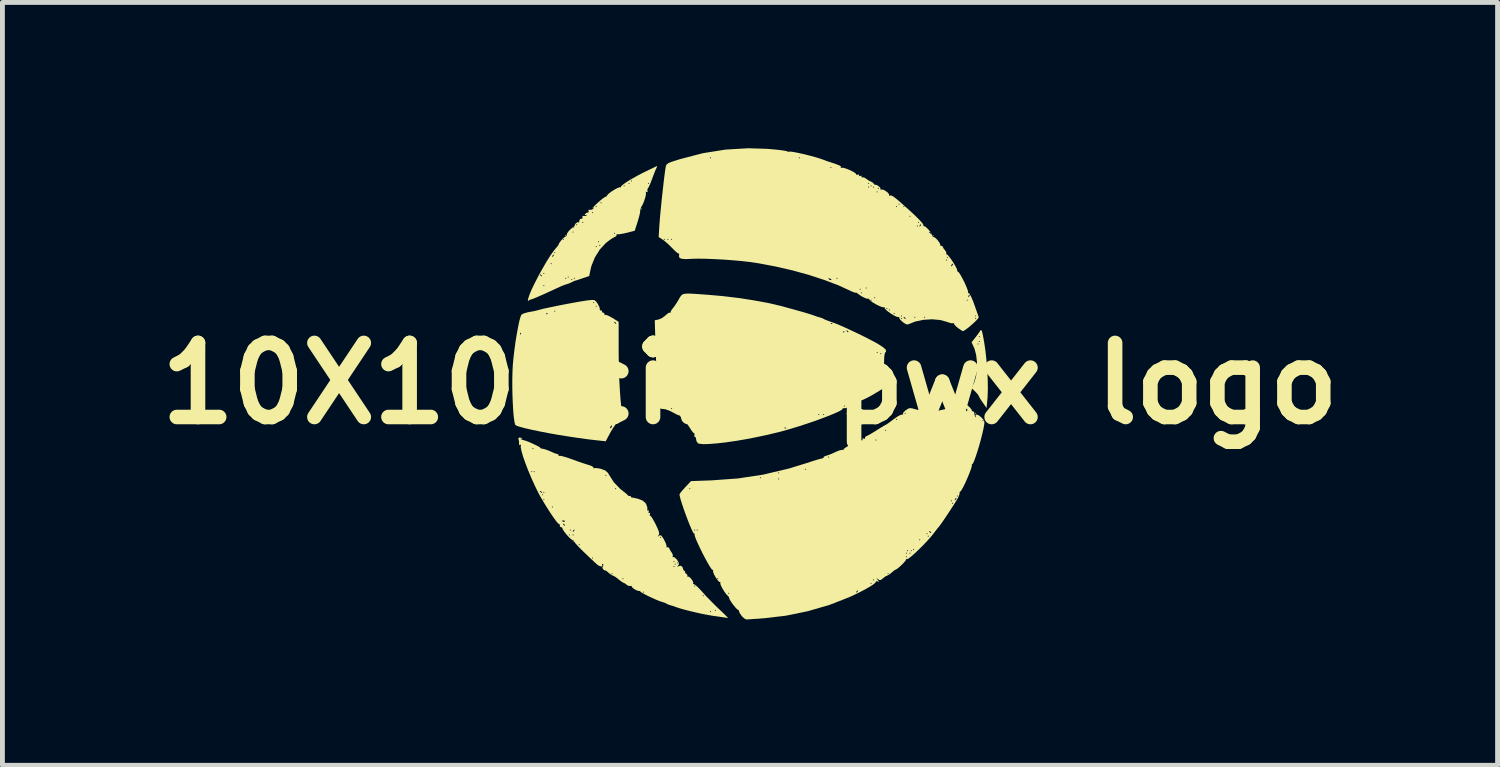
<source format=kicad_pcb>
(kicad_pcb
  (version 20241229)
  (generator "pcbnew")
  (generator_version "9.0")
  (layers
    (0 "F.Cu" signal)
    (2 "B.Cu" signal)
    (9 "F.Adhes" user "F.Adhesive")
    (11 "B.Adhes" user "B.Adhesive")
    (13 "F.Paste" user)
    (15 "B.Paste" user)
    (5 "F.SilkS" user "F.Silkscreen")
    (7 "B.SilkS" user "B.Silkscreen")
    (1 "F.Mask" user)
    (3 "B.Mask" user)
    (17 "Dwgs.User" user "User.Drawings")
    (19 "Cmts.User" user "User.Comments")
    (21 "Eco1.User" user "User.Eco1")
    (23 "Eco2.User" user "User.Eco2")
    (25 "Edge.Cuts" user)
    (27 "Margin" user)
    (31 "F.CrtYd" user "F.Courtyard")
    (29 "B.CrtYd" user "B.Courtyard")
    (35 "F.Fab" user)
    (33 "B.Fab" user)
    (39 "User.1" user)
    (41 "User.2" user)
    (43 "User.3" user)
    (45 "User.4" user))
  (footprint "10X10 circ pwx logo"
    (layer "F.Cu")
    (at 12.381 4.84)
    (property "Reference" "10X10 circ pwx logo" (at 0 0 0) (layer "F.SilkS") (effects (font (size 1.524 1.524) (thickness 0.3))))
    (attr board_only exclude_from_pos_files exclude_from_bom)
    (fp_poly (pts (xy -3.779 -3.04) (xy -3.791 -3.028) (xy -3.804 -3.04) (xy -3.791 -3.053)) (stroke (width 0) (type solid)) (fill yes) (layer "F.SilkS"))
    (fp_poly (pts (xy -3.629 -3.216) (xy -3.641 -3.203) (xy -3.654 -3.216) (xy -3.641 -3.228)) (stroke (width 0) (type solid)) (fill yes) (layer "F.SilkS"))
    (fp_poly (pts (xy -3.629 3.241) (xy -3.641 3.253) (xy -3.654 3.241) (xy -3.641 3.228)) (stroke (width 0) (type solid)) (fill yes) (layer "F.SilkS"))
    (fp_poly (pts (xy -2.227 -3.591) (xy -2.24 -3.579) (xy -2.252 -3.591) (xy -2.24 -3.604)) (stroke (width 0) (type solid)) (fill yes) (layer "F.SilkS"))
    (fp_poly (pts (xy 3.779 -3.04) (xy 3.766 -3.028) (xy 3.754 -3.04) (xy 3.766 -3.053)) (stroke (width 0) (type solid)) (fill yes) (layer "F.SilkS"))
    (fp_poly (pts (xy 4.655 0.613) (xy 4.642 0.626) (xy 4.63 0.613) (xy 4.642 0.601)) (stroke (width 0) (type solid)) (fill yes) (layer "F.SilkS"))
    (fp_poly (pts (xy 4.761 -1.097) (xy 4.775 -1.063) (xy 4.791 -0.993) (xy 4.812 -0.88) (xy 4.815 -0.863) (xy 4.842 -0.684) (xy 4.864 -0.482) (xy 4.881 -0.272) (xy 4.891 -0.068) (xy 4.893 0.117) (xy 4.888 0.268) (xy 4.887 0.284) (xy 4.867 0.505) (xy 4.786 0.389) (xy 4.741 0.323) (xy 4.712 0.273) (xy 4.705 0.254) (xy 4.688 0.226) (xy 4.647 0.18) (xy 4.632 0.165) (xy 4.559 0.095) (xy 4.613 -0.021) (xy 4.649 -0.138) (xy 4.667 -0.283) (xy 4.669 -0.44) (xy 4.652 -0.589) (xy 4.619 -0.714) (xy 4.612 -0.731) (xy 4.574 -0.813) (xy 4.68 -0.813) (xy 4.692 -0.801) (xy 4.705 -0.813) (xy 4.692 -0.826) (xy 4.68 -0.813) (xy 4.574 -0.813) (xy 4.558 -0.849) (xy 4.57 -0.863) (xy 4.705 -0.863) (xy 4.717 -0.851) (xy 4.73 -0.863) (xy 4.717 -0.876) (xy 4.705 -0.863) (xy 4.57 -0.863) (xy 4.634 -0.944) (xy 4.649 -0.963) (xy 4.705 -0.963) (xy 4.717 -0.951) (xy 4.73 -0.963) (xy 4.717 -0.976) (xy 4.705 -0.963) (xy 4.649 -0.963) (xy 4.683 -1.008) (xy 4.721 -1.061) (xy 4.73 -1.076) (xy 4.747 -1.099)) (stroke (width 0) (type solid)) (fill yes) (layer "F.SilkS"))
    (fp_poly (pts (xy -3.202 -1.715) (xy -3.17 -1.691) (xy -3.135 -1.642) (xy -3.133 -1.639) (xy -3.101 -1.578) (xy -3.09 -1.534) (xy -3.092 -1.525) (xy -3.087 -1.507) (xy -3.074 -1.507) (xy -3.048 -1.496) (xy -3.047 -1.483) (xy -3.034 -1.458) (xy -3.022 -1.458) (xy -2.998 -1.445) (xy -2.997 -1.431) (xy -2.991 -1.409) (xy -2.981 -1.412) (xy -2.948 -1.408) (xy -2.889 -1.381) (xy -2.83 -1.348) (xy -2.703 -1.269) (xy -2.703 -0.714) (xy -2.701 -0.488) (xy -2.696 -0.263) (xy -2.688 -0.048) (xy -2.677 0.15) (xy -2.665 0.323) (xy -2.65 0.464) (xy -2.635 0.566) (xy -2.629 0.592) (xy -2.62 0.651) (xy -2.639 0.697) (xy -2.676 0.736) (xy -2.724 0.774) (xy -2.76 0.785) (xy -2.765 0.782) (xy -2.774 0.782) (xy -2.767 0.796) (xy -2.767 0.839) (xy -2.786 0.871) (xy -2.818 0.916) (xy -2.861 0.987) (xy -2.896 1.051) (xy -2.969 1.189) (xy -3.142 1.17) (xy -3.334 1.148) (xy -3.536 1.12) (xy -3.743 1.089) (xy -3.949 1.056) (xy -4.147 1.021) (xy -4.332 0.985) (xy -4.496 0.951) (xy -4.635 0.919) (xy -4.696 0.902) (xy -2.878 0.902) (xy -2.87 0.925) (xy -2.851 0.905) (xy -2.843 0.887) (xy -2.842 0.861) (xy -2.853 0.864) (xy -2.877 0.896) (xy -2.878 0.902) (xy -4.696 0.902) (xy -4.741 0.89) (xy -4.808 0.866) (xy -4.83 0.851) (xy -4.841 0.813) (xy -2.903 0.813) (xy -2.89 0.826) (xy -2.878 0.813) (xy -2.89 0.801) (xy -2.903 0.813) (xy -4.841 0.813) (xy -4.845 0.797) (xy -4.859 0.702) (xy -4.863 0.663) (xy -2.803 0.663) (xy -2.79 0.676) (xy -2.781 0.666) (xy -2.753 0.666) (xy -2.741 0.674) (xy -2.73 0.663) (xy -2.653 0.663) (xy -2.64 0.676) (xy -2.628 0.663) (xy -2.64 0.651) (xy -2.653 0.663) (xy -2.73 0.663) (xy -2.707 0.642) (xy -2.699 0.632) (xy -2.678 0.602) (xy -2.691 0.608) (xy -2.709 0.622) (xy -2.744 0.653) (xy -2.753 0.666) (xy -2.781 0.666) (xy -2.778 0.663) (xy -2.79 0.651) (xy -2.803 0.663) (xy -4.863 0.663) (xy -4.871 0.574) (xy -4.88 0.423) (xy -4.887 0.256) (xy -4.891 0.082) (xy -4.891 -0.089) (xy -4.887 -0.25) (xy -4.88 -0.385) (xy -4.866 -0.534) (xy -4.847 -0.694) (xy -4.825 -0.857) (xy -4.799 -1.015) (xy -4.797 -1.026) (xy -4.73 -1.026) (xy -4.72 -1.005) (xy -4.713 -1.009) (xy -4.71 -1.039) (xy -4.713 -1.043) (xy -4.728 -1.039) (xy -4.73 -1.026) (xy -4.797 -1.026) (xy -4.773 -1.158) (xy -4.75 -1.269) (xy -2.799 -1.269) (xy -2.793 -1.255) (xy -2.767 -1.228) (xy -2.753 -1.234) (xy -2.753 -1.237) (xy -2.77 -1.258) (xy -2.782 -1.266) (xy -2.799 -1.269) (xy -4.75 -1.269) (xy -4.748 -1.278) (xy -4.724 -1.366) (xy -4.704 -1.414) (xy -4.703 -1.416) (xy -4.66 -1.44) (xy -4.65 -1.443) (xy -4.196 -1.443) (xy -4.192 -1.428) (xy -4.179 -1.426) (xy -4.159 -1.436) (xy -4.162 -1.443) (xy -4.192 -1.446) (xy -4.196 -1.443) (xy -4.65 -1.443) (xy -4.574 -1.465) (xy -4.454 -1.487) (xy -4.443 -1.489) (xy -4.029 -1.489) (xy -4.016 -1.476) (xy -4.004 -1.489) (xy -4.016 -1.501) (xy -4.029 -1.489) (xy -4.443 -1.489) (xy -4.442 -1.489) (xy -4.404 -1.498) (xy -4.339 -1.515) (xy -4.317 -1.521) (xy -4.242 -1.54) (xy -4.129 -1.564) (xy -4.01 -1.589) (xy -3.178 -1.589) (xy -3.166 -1.577) (xy -3.153 -1.589) (xy -3.166 -1.602) (xy -3.178 -1.589) (xy -4.01 -1.589) (xy -3.991 -1.593) (xy -3.84 -1.623) (xy -3.687 -1.652) (xy -3.618 -1.664) (xy -3.228 -1.664) (xy -3.216 -1.652) (xy -3.203 -1.664) (xy -3.216 -1.677) (xy -3.228 -1.664) (xy -3.618 -1.664) (xy -3.543 -1.678) (xy -3.422 -1.698) (xy -3.335 -1.711) (xy -3.328 -1.712) (xy -3.249 -1.719)) (stroke (width 0) (type solid)) (fill yes) (layer "F.SilkS"))
    (fp_poly (pts (xy -1.226 -1.849) (xy -1.114 -1.843) (xy -0.963 -1.832) (xy -0.876 -1.826) (xy -0.561 -1.798) (xy -0.242 -1.76) (xy 0.069 -1.712) (xy 0.36 -1.659) (xy 0.617 -1.6) (xy 0.701 -1.578) (xy 0.764 -1.56) (xy 0.859 -1.534) (xy 0.97 -1.503) (xy 1.018 -1.49) (xy 1.127 -1.459) (xy 1.226 -1.429) (xy 1.298 -1.405) (xy 1.318 -1.398) (xy 1.386 -1.373) (xy 1.437 -1.36) (xy 1.491 -1.341) (xy 1.512 -1.33) (xy 1.55 -1.311) (xy 1.618 -1.285) (xy 1.677 -1.265) (xy 1.762 -1.234) (xy 1.881 -1.184) (xy 2.022 -1.12) (xy 2.174 -1.049) (xy 2.327 -0.975) (xy 2.47 -0.902) (xy 2.591 -0.838) (xy 2.646 -0.806) (xy 2.742 -0.743) (xy 2.793 -0.695) (xy 2.8 -0.659) (xy 2.783 -0.641) (xy 2.77 -0.609) (xy 2.761 -0.539) (xy 2.758 -0.444) (xy 2.76 -0.337) (xy 2.767 -0.23) (xy 2.778 -0.136) (xy 2.787 -0.094) (xy 2.821 0.05) (xy 2.668 0.146) (xy 2.531 0.229) (xy 2.412 0.294) (xy 2.316 0.339) (xy 2.249 0.361) (xy 2.222 0.36) (xy 2.206 0.358) (xy 2.211 0.37) (xy 2.2 0.393) (xy 2.155 0.425) (xy 2.09 0.459) (xy 2.02 0.489) (xy 1.959 0.508) (xy 1.92 0.51) (xy 1.918 0.509) (xy 1.903 0.505) (xy 1.908 0.513) (xy 1.898 0.534) (xy 1.845 0.566) (xy 1.757 0.608) (xy 1.639 0.657) (xy 1.497 0.712) (xy 1.338 0.77) (xy 1.167 0.828) (xy 0.992 0.885) (xy 0.817 0.938) (xy 0.649 0.985) (xy 0.576 1.004) (xy 0.354 1.057) (xy 0.128 1.105) (xy -0.095 1.148) (xy -0.31 1.184) (xy -0.511 1.213) (xy -0.69 1.233) (xy -0.844 1.245) (xy -0.964 1.248) (xy -1.045 1.239) (xy -1.072 1.229) (xy -1.1 1.19) (xy -1.11 1.144) (xy -1.12 1.102) (xy -1.137 1.095) (xy -1.149 1.089) (xy -1.144 1.068) (xy -1.14 1.033) (xy -1.15 1.026) (xy -1.174 1.006) (xy -1.211 0.956) (xy -1.236 0.916) (xy -1.241 0.909) (xy 0.709 0.909) (xy 0.712 0.924) (xy 0.726 0.926) (xy 0.746 0.917) (xy 0.742 0.909) (xy 0.713 0.906) (xy 0.709 0.909) (xy -1.241 0.909) (xy -1.29 0.836) (xy -1.332 0.788) (xy -1.251 0.788) (xy -1.239 0.801) (xy -1.226 0.788) (xy -1.239 0.776) (xy -1.251 0.788) (xy -1.332 0.788) (xy -1.352 0.764) (xy -1.353 0.763) (xy -1.301 0.763) (xy -1.289 0.776) (xy -1.276 0.763) (xy -1.289 0.751) (xy -1.301 0.763) (xy -1.353 0.763) (xy -1.374 0.744) (xy -1.419 0.7) (xy -1.438 0.67) (xy -1.438 0.666) (xy -1.439 0.66) (xy -1.441 0.661) (xy -1.469 0.655) (xy -1.506 0.638) (xy 1.401 0.638) (xy 1.414 0.651) (xy 1.426 0.638) (xy 1.501 0.638) (xy 1.514 0.651) (xy 1.527 0.638) (xy 1.514 0.626) (xy 1.501 0.638) (xy 1.426 0.638) (xy 1.414 0.626) (xy 1.401 0.638) (xy -1.506 0.638) (xy -1.525 0.629) (xy -1.58 0.599) (xy -1.662 0.558) (xy -1.74 0.531) (xy -1.778 0.526) (xy -1.83 0.52) (xy -1.842 0.513) (xy -1.627 0.513) (xy -1.614 0.526) (xy -1.602 0.513) (xy -1.614 0.5) (xy -1.627 0.513) (xy -1.842 0.513) (xy -1.853 0.507) (xy -1.855 0.476) (xy -1.857 0.463) (xy 1.927 0.463) (xy 1.939 0.475) (xy 1.952 0.463) (xy 1.939 0.45) (xy 1.927 0.463) (xy -1.857 0.463) (xy -1.862 0.406) (xy -1.872 0.313) (xy 2.202 0.313) (xy 2.215 0.325) (xy 2.227 0.313) (xy 2.215 0.3) (xy 2.202 0.313) (xy -1.872 0.313) (xy -1.873 0.304) (xy -1.875 0.288) (xy 2.252 0.288) (xy 2.265 0.3) (xy 2.277 0.288) (xy 2.265 0.275) (xy 2.252 0.288) (xy -1.875 0.288) (xy -1.886 0.182) (xy -1.891 0.138) (xy -1.903 -0.000156) (xy -1.915 -0.173) (xy -1.927 -0.366) (xy -1.937 -0.565) (xy -1.938 -0.613) (xy 2.678 -0.613) (xy 2.69 -0.601) (xy 2.703 -0.613) (xy 2.69 -0.626) (xy 2.678 -0.613) (xy -1.938 -0.613) (xy -1.939 -0.638) (xy 2.603 -0.638) (xy 2.615 -0.626) (xy 2.628 -0.638) (xy 2.615 -0.651) (xy 2.603 -0.638) (xy -1.939 -0.638) (xy -1.944 -0.754) (xy -1.944 -0.757) (xy -1.953 -1.068) (xy 1.91 -1.068) (xy 1.914 -1.053) (xy 1.927 -1.051) (xy 1.947 -1.06) (xy 1.944 -1.068) (xy 1.914 -1.071) (xy 1.91 -1.068) (xy -1.953 -1.068) (xy -1.954 -1.094) (xy 1.981 -1.094) (xy 1.987 -1.08) (xy 2.012 -1.053) (xy 2.027 -1.059) (xy 2.027 -1.062) (xy 2.009 -1.083) (xy 1.998 -1.091) (xy 1.981 -1.094) (xy -1.954 -1.094) (xy -1.958 -1.243) (xy 1.66 -1.243) (xy 1.663 -1.228) (xy 1.677 -1.226) (xy 1.697 -1.235) (xy 1.693 -1.243) (xy 1.664 -1.246) (xy 1.66 -1.243) (xy -1.958 -1.243) (xy -1.96 -1.301) (xy -1.883 -1.316) (xy -1.814 -1.345) (xy -1.745 -1.395) (xy -1.737 -1.403) (xy -1.688 -1.445) (xy -1.649 -1.461) (xy -1.642 -1.459) (xy -1.627 -1.456) (xy -1.631 -1.463) (xy -1.629 -1.492) (xy -1.598 -1.535) (xy -1.557 -1.587) (xy -1.506 -1.663) (xy -1.472 -1.72) (xy -1.445 -1.768) (xy -1.422 -1.803) (xy -1.396 -1.828) (xy -1.36 -1.843) (xy -1.305 -1.849)) (stroke (width 0) (type solid)) (fill yes) (layer "F.SilkS"))
    (fp_poly (pts (xy -1.912 -4.465) (xy -1.923 -4.438) (xy -1.944 -4.393) (xy -1.975 -4.316) (xy -2.01 -4.222) (xy -2.017 -4.204) (xy -2.051 -4.115) (xy -2.081 -4.047) (xy -2.102 -4.011) (xy -2.105 -4.009) (xy -2.114 -3.983) (xy -2.109 -3.961) (xy -2.106 -3.934) (xy -2.127 -3.941) (xy -2.148 -3.948) (xy -2.142 -3.932) (xy -2.14 -3.894) (xy -2.155 -3.827) (xy -2.18 -3.749) (xy -2.211 -3.676) (xy -2.238 -3.631) (xy -2.258 -3.579) (xy -2.259 -3.556) (xy -2.263 -3.514) (xy -2.28 -3.44) (xy -2.307 -3.347) (xy -2.312 -3.329) (xy -2.372 -3.142) (xy -2.542 -3.099) (xy -2.63 -3.08) (xy -2.7 -3.069) (xy -2.736 -3.071) (xy -2.736 -3.071) (xy -2.749 -3.069) (xy -2.744 -3.059) (xy -2.751 -3.032) (xy -2.784 -3.014) (xy -2.832 -2.989) (xy -2.901 -2.941) (xy -2.967 -2.889) (xy -3.089 -2.758) (xy -3.191 -2.596) (xy -3.263 -2.419) (xy -3.281 -2.346) (xy -3.308 -2.211) (xy -3.45 -2.163) (xy -3.527 -2.137) (xy -3.583 -2.119) (xy -3.604 -2.114) (xy -3.633 -2.102) (xy -3.67 -2.083) (xy -3.732 -2.055) (xy -3.771 -2.043) (xy -3.816 -2.029) (xy -3.89 -1.999) (xy -3.966 -1.965) (xy -4.146 -1.882) (xy -4.285 -1.819) (xy -4.388 -1.774) (xy -4.458 -1.745) (xy -4.502 -1.73) (xy -4.518 -1.727) (xy -4.557 -1.707) (xy -4.565 -1.695) (xy -4.571 -1.694) (xy -4.567 -1.732) (xy -4.566 -1.739) (xy -4.541 -1.818) (xy -4.495 -1.929) (xy -4.454 -2.014) (xy -4.254 -2.014) (xy -4.242 -2.002) (xy -4.229 -2.014) (xy -4.242 -2.027) (xy -4.254 -2.014) (xy -4.454 -2.014) (xy -4.431 -2.062) (xy -4.391 -2.14) (xy -3.679 -2.14) (xy -3.666 -2.127) (xy -3.654 -2.14) (xy -3.666 -2.152) (xy -3.679 -2.14) (xy -4.391 -2.14) (xy -4.378 -2.165) (xy -3.804 -2.165) (xy -3.791 -2.152) (xy -3.779 -2.165) (xy -3.629 -2.165) (xy -3.616 -2.152) (xy -3.604 -2.165) (xy -3.616 -2.177) (xy -3.629 -2.165) (xy -3.779 -2.165) (xy -3.791 -2.177) (xy -3.804 -2.165) (xy -4.378 -2.165) (xy -4.365 -2.19) (xy -3.754 -2.19) (xy -3.741 -2.177) (xy -3.729 -2.19) (xy -3.741 -2.202) (xy -3.754 -2.19) (xy -4.365 -2.19) (xy -4.356 -2.208) (xy -4.336 -2.245) (xy -4.325 -2.245) (xy -4.319 -2.231) (xy -4.294 -2.204) (xy -4.279 -2.21) (xy -4.279 -2.213) (xy -4.297 -2.234) (xy -4.308 -2.242) (xy -4.325 -2.245) (xy -4.336 -2.245) (xy -4.325 -2.265) (xy -4.254 -2.265) (xy -4.242 -2.252) (xy -4.229 -2.265) (xy -4.242 -2.277) (xy -4.254 -2.265) (xy -4.325 -2.265) (xy -4.274 -2.356) (xy -4.211 -2.465) (xy -4.104 -2.465) (xy -4.092 -2.452) (xy -4.079 -2.465) (xy -4.092 -2.477) (xy -4.104 -2.465) (xy -4.211 -2.465) (xy -4.192 -2.499) (xy -4.125 -2.604) (xy -4.073 -2.604) (xy -4.069 -2.603) (xy -4.047 -2.62) (xy -4.041 -2.628) (xy -4.035 -2.651) (xy -4.039 -2.653) (xy -4.061 -2.635) (xy -4.067 -2.628) (xy -4.073 -2.604) (xy -4.125 -2.604) (xy -4.113 -2.625) (xy -4.067 -2.69) (xy -4.029 -2.69) (xy -4.016 -2.678) (xy -4.004 -2.69) (xy -4.016 -2.703) (xy -4.029 -2.69) (xy -4.067 -2.69) (xy -4.043 -2.724) (xy -4 -2.777) (xy -3.967 -2.815) (xy -3.178 -2.815) (xy -3.166 -2.803) (xy -3.153 -2.815) (xy -3.166 -2.828) (xy -3.178 -2.815) (xy -3.967 -2.815) (xy -3.96 -2.823) (xy -3.949 -2.84) (xy -3.103 -2.84) (xy -3.091 -2.828) (xy -3.078 -2.84) (xy -3.091 -2.853) (xy -3.103 -2.84) (xy -3.949 -2.84) (xy -3.942 -2.851) (xy -3.941 -2.852) (xy -3.926 -2.888) (xy -3.906 -2.915) (xy -3.128 -2.915) (xy -3.116 -2.903) (xy -3.103 -2.915) (xy -3.116 -2.928) (xy -3.128 -2.915) (xy -3.906 -2.915) (xy -3.89 -2.938) (xy -3.865 -2.965) (xy -3.854 -2.965) (xy -3.841 -2.953) (xy -3.829 -2.965) (xy -3.841 -2.978) (xy -3.854 -2.965) (xy -3.865 -2.965) (xy -3.846 -2.987) (xy -3.809 -3.018) (xy -3.796 -3.021) (xy -3.774 -3.035) (xy -3.773 -3.055) (xy -3.762 -3.091) (xy -2.803 -3.091) (xy -2.79 -3.078) (xy -2.778 -3.091) (xy -2.79 -3.103) (xy -2.803 -3.091) (xy -3.762 -3.091) (xy -3.761 -3.092) (xy -3.744 -3.116) (xy -3.654 -3.116) (xy -3.641 -3.103) (xy -3.629 -3.116) (xy -3.641 -3.128) (xy -3.654 -3.116) (xy -3.744 -3.116) (xy -3.728 -3.138) (xy -3.686 -3.181) (xy -3.65 -3.204) (xy -3.635 -3.203) (xy -3.621 -3.213) (xy -3.614 -3.238) (xy -3.602 -3.266) (xy -3.579 -3.266) (xy -3.566 -3.253) (xy -3.553 -3.266) (xy -3.566 -3.278) (xy -3.579 -3.266) (xy -3.602 -3.266) (xy -3.592 -3.287) (xy -3.556 -3.316) (xy -3.526 -3.314) (xy -3.525 -3.316) (xy -3.453 -3.316) (xy -3.441 -3.303) (xy -3.428 -3.316) (xy -3.441 -3.328) (xy -3.453 -3.316) (xy -3.525 -3.316) (xy -3.513 -3.325) (xy -3.513 -3.347) (xy -3.497 -3.383) (xy -3.474 -3.388) (xy -3.444 -3.399) (xy -3.447 -3.423) (xy -3.448 -3.45) (xy -3.421 -3.446) (xy -3.378 -3.446) (xy -3.363 -3.458) (xy -3.361 -3.474) (xy -3.378 -3.466) (xy -3.4 -3.462) (xy -3.398 -3.481) (xy -3.366 -3.51) (xy -3.346 -3.513) (xy -3.339 -3.516) (xy -3.253 -3.516) (xy -3.241 -3.503) (xy -3.228 -3.516) (xy -3.241 -3.528) (xy -3.253 -3.516) (xy -3.339 -3.516) (xy -3.319 -3.525) (xy -3.322 -3.548) (xy -3.323 -3.576) (xy -3.297 -3.572) (xy -3.25 -3.577) (xy -3.224 -3.599) (xy -3.204 -3.627) (xy -3.217 -3.623) (xy -3.241 -3.607) (xy -3.247 -3.606) (xy -3.222 -3.634) (xy -3.214 -3.641) (xy -3.178 -3.641) (xy -3.166 -3.629) (xy -3.153 -3.641) (xy -3.166 -3.654) (xy -3.178 -3.641) (xy -3.214 -3.641) (xy -3.17 -3.684) (xy -3.141 -3.711) (xy -3.135 -3.716) (xy -3.078 -3.716) (xy -3.066 -3.704) (xy -3.053 -3.716) (xy -3.066 -3.729) (xy -3.078 -3.716) (xy -3.135 -3.716) (xy -3.07 -3.774) (xy -3.013 -3.819) (xy -2.979 -3.839) (xy -2.975 -3.839) (xy -2.953 -3.849) (xy -2.945 -3.863) (xy -2.917 -3.898) (xy -2.861 -3.942) (xy -2.794 -3.986) (xy -2.729 -4.021) (xy -2.681 -4.038) (xy -2.668 -4.037) (xy -2.653 -4.034) (xy -2.658 -4.041) (xy -2.648 -4.064) (xy -2.645 -4.067) (xy -2.603 -4.067) (xy -2.59 -4.054) (xy -2.578 -4.067) (xy -2.59 -4.079) (xy -2.603 -4.067) (xy -2.645 -4.067) (xy -2.6 -4.103) (xy -2.581 -4.117) (xy -2.502 -4.117) (xy -2.49 -4.104) (xy -2.477 -4.117) (xy -2.102 -4.117) (xy -2.09 -4.104) (xy -2.077 -4.117) (xy -2.09 -4.129) (xy -2.102 -4.117) (xy -2.477 -4.117) (xy -2.49 -4.129) (xy -2.502 -4.117) (xy -2.581 -4.117) (xy -2.522 -4.156) (xy -2.505 -4.167) (xy -2.452 -4.167) (xy -2.44 -4.154) (xy -2.427 -4.167) (xy -2.44 -4.179) (xy -2.452 -4.167) (xy -2.505 -4.167) (xy -2.421 -4.217) (xy -2.305 -4.282) (xy -2.181 -4.346) (xy -2.14 -4.366) (xy -2.048 -4.41) (xy -1.973 -4.446) (xy -1.927 -4.469) (xy -1.919 -4.473)) (stroke (width 0) (type solid)) (fill yes) (layer "F.SilkS"))
    (fp_poly (pts (xy -4.703 1.121) (xy -4.696 1.127) (xy -4.681 1.148) (xy -4.705 1.138) (xy -4.727 1.131) (xy -4.722 1.141) (xy -4.68 1.162) (xy -4.672 1.163) (xy -4.632 1.173) (xy -4.568 1.196) (xy -4.491 1.229) (xy -4.415 1.264) (xy -4.353 1.295) (xy -4.318 1.318) (xy -4.315 1.324) (xy -4.302 1.337) (xy -4.269 1.342) (xy -4.214 1.355) (xy -4.138 1.383) (xy -4.104 1.398) (xy -4.033 1.43) (xy -3.976 1.449) (xy -3.96 1.451) (xy -3.938 1.465) (xy -3.941 1.476) (xy -3.937 1.491) (xy -3.922 1.488) (xy -3.885 1.49) (xy -3.814 1.509) (xy -3.72 1.539) (xy -3.664 1.559) (xy -3.55 1.601) (xy -3.438 1.639) (xy -3.348 1.668) (xy -3.322 1.676) (xy -3.254 1.7) (xy -3.221 1.723) (xy -3.22 1.734) (xy -3.22 1.748) (xy -3.209 1.743) (xy -3.17 1.739) (xy -3.103 1.748) (xy -3.065 1.757) (xy -2.976 1.791) (xy -2.922 1.84) (xy -2.913 1.857) (xy -2.802 2.032) (xy -2.669 2.17) (xy -2.635 2.197) (xy -2.57 2.248) (xy -2.523 2.289) (xy -2.507 2.308) (xy -2.482 2.317) (xy -2.475 2.313) (xy -2.454 2.318) (xy -2.452 2.326) (xy -2.439 2.347) (xy -2.434 2.347) (xy -2.401 2.35) (xy -2.337 2.364) (xy -2.295 2.375) (xy -2.207 2.41) (xy -2.153 2.457) (xy -2.137 2.483) (xy -2.114 2.545) (xy -2.112 2.592) (xy -2.112 2.594) (xy -2.113 2.617) (xy -2.098 2.612) (xy -2.079 2.611) (xy -2.085 2.637) (xy -2.089 2.667) (xy -2.073 2.662) (xy -2.054 2.661) (xy -2.06 2.687) (xy -2.065 2.717) (xy -2.056 2.718) (xy -2.037 2.733) (xy -2.003 2.784) (xy -1.96 2.861) (xy -1.943 2.894) (xy -1.898 2.99) (xy -1.874 3.053) (xy -1.869 3.093) (xy -1.88 3.121) (xy -1.882 3.124) (xy -1.902 3.152) (xy -1.887 3.144) (xy -1.873 3.133) (xy -1.846 3.12) (xy -1.821 3.134) (xy -1.788 3.181) (xy -1.767 3.218) (xy -1.733 3.287) (xy -1.717 3.341) (xy -1.718 3.36) (xy -1.718 3.374) (xy -1.705 3.368) (xy -1.675 3.372) (xy -1.66 3.396) (xy -1.63 3.453) (xy -1.608 3.483) (xy -1.587 3.529) (xy -1.59 3.556) (xy -1.595 3.575) (xy -1.582 3.57) (xy -1.552 3.577) (xy -1.511 3.616) (xy -1.501 3.629) (xy -1.467 3.684) (xy -1.464 3.72) (xy -1.48 3.748) (xy -1.501 3.777) (xy -1.488 3.771) (xy -1.475 3.761) (xy -1.428 3.748) (xy -1.39 3.775) (xy -1.376 3.821) (xy -1.36 3.851) (xy -1.35 3.854) (xy -1.334 3.869) (xy -1.337 3.876) (xy -1.33 3.903) (xy -1.312 3.914) (xy -1.287 3.94) (xy -1.291 3.958) (xy -1.294 3.975) (xy -1.282 3.97) (xy -1.253 3.977) (xy -1.215 4.012) (xy -1.182 4.059) (xy -1.167 4.1) (xy -1.171 4.115) (xy -1.171 4.127) (xy -1.161 4.125) (xy -1.133 4.139) (xy -1.082 4.183) (xy -1.017 4.249) (xy -0.99 4.279) (xy -0.909 4.369) (xy -0.806 4.475) (xy -0.699 4.582) (xy -0.643 4.636) (xy -0.563 4.712) (xy -0.5 4.774) (xy -0.46 4.814) (xy -0.45 4.826) (xy -0.482 4.82) (xy -0.526 4.814) (xy -0.581 4.806) (xy -0.668 4.793) (xy -0.768 4.779) (xy -0.776 4.778) (xy -0.89 4.758) (xy -1.026 4.731) (xy -1.169 4.698) (xy -1.194 4.692) (xy -0.826 4.692) (xy -0.813 4.705) (xy -0.801 4.692) (xy -0.813 4.68) (xy -0.826 4.692) (xy -1.194 4.692) (xy -1.296 4.667) (xy -0.726 4.667) (xy -0.713 4.68) (xy -0.701 4.667) (xy -0.713 4.655) (xy -0.726 4.667) (xy -1.296 4.667) (xy -1.306 4.665) (xy -1.424 4.632) (xy -1.508 4.605) (xy -1.519 4.601) (xy -1.587 4.576) (xy -1.637 4.563) (xy -1.692 4.544) (xy -1.712 4.532) (xy -1.756 4.511) (xy -1.803 4.496) (xy -1.859 4.478) (xy -1.935 4.447) (xy -2.022 4.408) (xy -2.108 4.367) (xy -0.976 4.367) (xy -0.963 4.379) (xy -0.951 4.367) (xy -0.963 4.354) (xy -0.976 4.367) (xy -2.108 4.367) (xy -2.11 4.366) (xy -2.186 4.327) (xy -2.24 4.295) (xy -2.244 4.292) (xy -2.202 4.292) (xy -2.19 4.304) (xy -2.177 4.292) (xy -2.19 4.279) (xy -2.202 4.292) (xy -2.244 4.292) (xy -2.262 4.276) (xy -2.261 4.274) (xy -2.259 4.268) (xy -2.271 4.27) (xy -2.31 4.265) (xy -2.361 4.242) (xy -2.408 4.211) (xy -2.435 4.182) (xy -2.434 4.169) (xy -2.435 4.167) (xy -1.151 4.167) (xy -1.139 4.179) (xy -1.126 4.167) (xy -1.139 4.154) (xy -1.151 4.167) (xy -2.435 4.167) (xy -2.437 4.161) (xy -2.456 4.167) (xy -2.504 4.163) (xy -2.535 4.143) (xy -2.575 4.112) (xy -2.595 4.104) (xy -2.626 4.089) (xy -2.678 4.051) (xy -2.704 4.03) (xy -2.721 4.016) (xy -2.628 4.016) (xy -2.615 4.029) (xy -2.603 4.016) (xy -2.615 4.004) (xy -2.628 4.016) (xy -2.721 4.016) (xy -2.762 3.985) (xy -2.807 3.958) (xy -2.818 3.955) (xy -2.853 3.938) (xy -2.882 3.916) (xy -2.853 3.916) (xy -2.84 3.929) (xy -2.828 3.916) (xy -2.84 3.904) (xy -2.853 3.916) (xy -2.882 3.916) (xy -2.904 3.9) (xy -2.912 3.893) (xy -2.955 3.856) (xy -2.977 3.844) (xy -2.978 3.846) (xy -2.994 3.844) (xy -3.016 3.829) (xy -3.039 3.792) (xy -3.028 3.766) (xy -1.577 3.766) (xy -1.564 3.779) (xy -1.552 3.766) (xy -1.564 3.754) (xy -1.577 3.766) (xy -3.028 3.766) (xy -3.027 3.765) (xy -3.015 3.731) (xy -3.029 3.716) (xy -1.552 3.716) (xy -1.539 3.729) (xy -1.527 3.716) (xy -1.539 3.704) (xy -1.552 3.716) (xy -3.029 3.716) (xy -3.031 3.715) (xy -3.049 3.71) (xy -3.044 3.723) (xy -3.036 3.756) (xy -3.061 3.766) (xy -3.104 3.753) (xy -3.149 3.722) (xy -3.182 3.691) (xy -1.501 3.691) (xy -1.489 3.704) (xy -1.476 3.691) (xy -1.489 3.679) (xy -1.501 3.691) (xy -3.182 3.691) (xy -3.209 3.666) (xy -1.577 3.666) (xy -1.564 3.679) (xy -1.552 3.666) (xy -1.564 3.654) (xy -1.577 3.666) (xy -3.209 3.666) (xy -3.29 3.591) (xy -3.253 3.591) (xy -3.241 3.604) (xy -3.228 3.591) (xy -3.241 3.579) (xy -3.253 3.591) (xy -3.29 3.591) (xy -3.299 3.582) (xy -3.425 3.462) (xy -3.521 3.366) (xy -3.567 3.316) (xy -3.528 3.316) (xy -3.516 3.328) (xy -3.503 3.316) (xy -3.516 3.303) (xy -3.528 3.316) (xy -3.567 3.316) (xy -3.587 3.295) (xy -3.619 3.252) (xy -3.621 3.244) (xy -3.635 3.222) (xy -3.646 3.222) (xy -3.677 3.207) (xy -3.722 3.166) (xy -1.852 3.166) (xy -1.839 3.178) (xy -1.827 3.166) (xy -1.839 3.153) (xy -1.852 3.166) (xy -3.722 3.166) (xy -3.724 3.164) (xy -3.768 3.116) (xy -3.729 3.116) (xy -3.716 3.128) (xy -3.704 3.116) (xy -3.654 3.116) (xy -3.641 3.128) (xy -3.629 3.116) (xy -3.641 3.103) (xy -3.654 3.116) (xy -3.704 3.116) (xy -3.716 3.103) (xy -3.729 3.116) (xy -3.768 3.116) (xy -3.777 3.106) (xy -3.82 3.051) (xy -3.647 3.051) (xy -3.644 3.053) (xy -3.621 3.035) (xy -3.616 3.028) (xy -3.61 3.005) (xy -3.613 3.003) (xy -3.636 3.021) (xy -3.641 3.028) (xy -3.647 3.051) (xy -3.82 3.051) (xy -3.825 3.046) (xy -3.843 3.015) (xy -3.704 3.015) (xy -3.691 3.028) (xy -3.679 3.015) (xy -3.691 3.003) (xy -3.704 3.015) (xy -3.843 3.015) (xy -3.855 2.997) (xy -3.86 2.976) (xy -3.873 2.959) (xy -3.885 2.959) (xy -3.91 2.945) (xy -3.913 2.922) (xy -3.919 2.891) (xy -3.93 2.891) (xy -3.939 2.885) (xy -3.85 2.885) (xy -3.844 2.899) (xy -3.818 2.926) (xy -3.804 2.92) (xy -3.804 2.917) (xy -3.822 2.896) (xy -3.833 2.888) (xy -3.85 2.885) (xy -3.939 2.885) (xy -3.951 2.877) (xy -3.993 2.827) (xy -3.995 2.823) (xy -3.863 2.823) (xy -3.856 2.842) (xy -3.84 2.844) (xy -3.807 2.841) (xy -3.804 2.838) (xy -3.822 2.818) (xy -3.854 2.816) (xy -3.863 2.823) (xy -3.995 2.823) (xy -4.049 2.749) (xy -4.114 2.652) (xy -4.184 2.543) (xy -4.186 2.54) (xy -4.079 2.54) (xy -4.067 2.553) (xy -4.054 2.54) (xy -4.067 2.527) (xy -4.079 2.54) (xy -4.186 2.54) (xy -4.253 2.43) (xy -4.276 2.39) (xy -4.254 2.39) (xy -4.242 2.402) (xy -4.229 2.39) (xy -4.242 2.377) (xy -4.254 2.39) (xy -4.276 2.39) (xy -4.317 2.32) (xy -4.333 2.29) (xy -4.279 2.29) (xy -4.267 2.302) (xy -4.254 2.29) (xy -4.267 2.277) (xy -4.279 2.29) (xy -4.333 2.29) (xy -4.36 2.24) (xy -4.375 2.209) (xy -4.325 2.209) (xy -4.319 2.223) (xy -4.294 2.25) (xy -4.279 2.245) (xy -4.279 2.241) (xy -4.28 2.24) (xy -4.254 2.24) (xy -4.242 2.252) (xy -4.229 2.24) (xy -4.242 2.227) (xy -4.254 2.24) (xy -4.28 2.24) (xy -4.297 2.22) (xy -4.308 2.212) (xy -4.325 2.209) (xy -4.375 2.209) (xy -4.397 2.165) (xy -2.778 2.165) (xy -2.765 2.177) (xy -2.753 2.165) (xy -2.765 2.152) (xy -2.778 2.165) (xy -4.397 2.165) (xy -4.433 2.09) (xy -4.504 1.933) (xy -4.522 1.889) (xy -2.978 1.889) (xy -2.965 1.902) (xy -2.953 1.889) (xy -2.965 1.877) (xy -2.978 1.889) (xy -4.522 1.889) (xy -4.553 1.814) (xy -4.504 1.814) (xy -4.492 1.827) (xy -4.479 1.814) (xy -4.454 1.814) (xy -4.442 1.827) (xy -4.429 1.814) (xy -4.442 1.802) (xy -4.454 1.814) (xy -4.479 1.814) (xy -4.492 1.802) (xy -4.504 1.814) (xy -4.553 1.814) (xy -4.569 1.778) (xy -4.625 1.63) (xy -4.671 1.498) (xy -4.702 1.389) (xy -4.712 1.339) (xy -4.479 1.339) (xy -4.467 1.351) (xy -4.454 1.339) (xy -4.467 1.326) (xy -4.479 1.339) (xy -4.712 1.339) (xy -4.718 1.311) (xy -4.714 1.272) (xy -4.712 1.255) (xy -4.728 1.263) (xy -4.751 1.264) (xy -4.751 1.235) (xy -4.754 1.18) (xy -4.762 1.159) (xy -4.765 1.125) (xy -4.739 1.109)) (stroke (width 0) (type solid)) (fill yes) (layer "F.SilkS"))
    (fp_poly (pts (xy 4.465 0.441) (xy 4.523 0.494) (xy 4.558 0.537) (xy 4.564 0.555) (xy 4.57 0.571) (xy 4.583 0.57) (xy 4.609 0.585) (xy 4.616 0.617) (xy 4.626 0.67) (xy 4.64 0.692) (xy 4.651 0.696) (xy 4.646 0.684) (xy 4.637 0.648) (xy 4.659 0.638) (xy 4.701 0.652) (xy 4.751 0.69) (xy 4.759 0.697) (xy 4.8 0.742) (xy 4.82 0.779) (xy 4.821 0.827) (xy 4.808 0.903) (xy 4.805 0.919) (xy 4.781 1.028) (xy 4.75 1.151) (xy 4.715 1.277) (xy 4.678 1.399) (xy 4.642 1.507) (xy 4.611 1.592) (xy 4.586 1.646) (xy 4.572 1.66) (xy 4.559 1.66) (xy 4.565 1.673) (xy 4.562 1.706) (xy 4.542 1.771) (xy 4.509 1.858) (xy 4.468 1.956) (xy 4.425 2.053) (xy 4.383 2.137) (xy 4.347 2.199) (xy 4.324 2.227) (xy 4.322 2.227) (xy 4.308 2.238) (xy 4.312 2.243) (xy 4.311 2.273) (xy 4.291 2.328) (xy 4.281 2.349) (xy 4.252 2.399) (xy 4.205 2.475) (xy 4.145 2.568) (xy 4.079 2.669) (xy 4.014 2.767) (xy 3.955 2.853) (xy 3.909 2.918) (xy 3.883 2.951) (xy 3.881 2.953) (xy 3.859 2.979) (xy 3.818 3.031) (xy 3.792 3.066) (xy 3.731 3.143) (xy 3.653 3.231) (xy 3.565 3.324) (xy 3.474 3.415) (xy 3.388 3.496) (xy 3.314 3.561) (xy 3.258 3.603) (xy 3.228 3.616) (xy 3.227 3.615) (xy 3.207 3.61) (xy 3.21 3.62) (xy 3.2 3.645) (xy 3.162 3.689) (xy 3.11 3.742) (xy 3.056 3.79) (xy 3.011 3.823) (xy 2.992 3.831) (xy 2.967 3.846) (xy 2.922 3.883) (xy 2.912 3.892) (xy 2.861 3.933) (xy 2.823 3.953) (xy 2.819 3.954) (xy 2.784 3.97) (xy 2.736 4.007) (xy 2.736 4.008) (xy 2.692 4.042) (xy 2.659 4.043) (xy 2.635 4.026) (xy 2.605 4.004) (xy 2.609 4.016) (xy 2.628 4.04) (xy 2.651 4.074) (xy 2.641 4.079) (xy 2.62 4.071) (xy 2.589 4.067) (xy 2.589 4.078) (xy 2.577 4.102) (xy 2.525 4.143) (xy 2.439 4.196) (xy 2.327 4.258) (xy 2.194 4.325) (xy 2.052 4.392) (xy 1.636 4.555) (xy 1.192 4.684) (xy 0.733 4.778) (xy 0.297 4.829) (xy 0.17 4.839) (xy 0.06 4.846) (xy -0.024 4.852) (xy -0.071 4.855) (xy -0.075 4.855) (xy -0.114 4.837) (xy -0.164 4.792) (xy -0.175 4.778) (xy -0.213 4.722) (xy -0.23 4.679) (xy -0.229 4.672) (xy -0.232 4.655) (xy -0.239 4.66) (xy -0.26 4.651) (xy -0.298 4.611) (xy -0.344 4.555) (xy -0.388 4.494) (xy -0.42 4.442) (xy -0.43 4.411) (xy -0.43 4.41) (xy -0.438 4.387) (xy -0.443 4.382) (xy -0.484 4.342) (xy -0.502 4.317) (xy -0.45 4.317) (xy -0.438 4.329) (xy -0.425 4.317) (xy -0.438 4.304) (xy -0.45 4.317) (xy -0.502 4.317) (xy -0.513 4.303) (xy 2.183 4.303) (xy 2.187 4.304) (xy 2.21 4.287) (xy 2.215 4.279) (xy 2.221 4.256) (xy 2.218 4.254) (xy 2.195 4.272) (xy 2.19 4.279) (xy 2.183 4.303) (xy -0.513 4.303) (xy -0.529 4.28) (xy -0.572 4.21) (xy -0.603 4.147) (xy -0.611 4.117) (xy 2.477 4.117) (xy 2.49 4.129) (xy 2.502 4.117) (xy 2.49 4.104) (xy 2.477 4.117) (xy -0.611 4.117) (xy -0.613 4.105) (xy -0.612 4.1) (xy -0.605 4.081) (xy -0.614 4.086) (xy -0.637 4.079) (xy -0.671 4.041) (xy 2.527 4.041) (xy 2.54 4.054) (xy 2.553 4.041) (xy 2.54 4.029) (xy 2.527 4.041) (xy -0.671 4.041) (xy -0.672 4.04) (xy -0.688 4.016) (xy -0.676 4.016) (xy -0.663 4.029) (xy -0.651 4.016) (xy -0.663 4.004) (xy -0.676 4.016) (xy -0.688 4.016) (xy -0.71 3.983) (xy -0.743 3.922) (xy -0.745 3.916) (xy 2.828 3.916) (xy 2.84 3.929) (xy 2.853 3.916) (xy 2.84 3.904) (xy 2.828 3.916) (xy -0.745 3.916) (xy -0.761 3.872) (xy -0.76 3.849) (xy -0.758 3.833) (xy -0.769 3.837) (xy -0.789 3.822) (xy -0.824 3.77) (xy -0.871 3.691) (xy -0.925 3.592) (xy -0.939 3.566) (xy 3.203 3.566) (xy 3.216 3.579) (xy 3.228 3.566) (xy 3.216 3.553) (xy 3.203 3.566) (xy -0.939 3.566) (xy -0.978 3.491) (xy 3.203 3.491) (xy 3.216 3.503) (xy 3.228 3.491) (xy 3.278 3.491) (xy 3.291 3.503) (xy 3.303 3.491) (xy 3.291 3.478) (xy 3.278 3.491) (xy 3.228 3.491) (xy 3.216 3.478) (xy 3.203 3.491) (xy -0.978 3.491) (xy -0.981 3.484) (xy -1.002 3.441) (xy 3.228 3.441) (xy 3.241 3.453) (xy 3.253 3.441) (xy 3.303 3.441) (xy 3.316 3.453) (xy 3.328 3.441) (xy 3.316 3.428) (xy 3.303 3.441) (xy 3.253 3.441) (xy 3.241 3.428) (xy 3.228 3.441) (xy -1.002 3.441) (xy -1.015 3.416) (xy 3.353 3.416) (xy 3.366 3.428) (xy 3.378 3.416) (xy 3.366 3.403) (xy 3.353 3.416) (xy -1.015 3.416) (xy -1.035 3.375) (xy -1.082 3.273) (xy -1.107 3.216) (xy 3.478 3.216) (xy 3.491 3.228) (xy 3.503 3.216) (xy 3.491 3.203) (xy 3.478 3.216) (xy -1.107 3.216) (xy -1.118 3.189) (xy -1.135 3.141) (xy 3.654 3.141) (xy 3.666 3.153) (xy 3.679 3.141) (xy 3.666 3.128) (xy 3.654 3.141) (xy -1.135 3.141) (xy -1.138 3.131) (xy -1.14 3.11) (xy -1.14 3.091) (xy 3.629 3.091) (xy 3.641 3.103) (xy 3.654 3.091) (xy 3.641 3.078) (xy 3.629 3.091) (xy -1.14 3.091) (xy -1.14 3.087) (xy -1.149 3.09) (xy -1.166 3.073) (xy -1.186 3.035) (xy 3.683 3.035) (xy 3.689 3.049) (xy 3.714 3.076) (xy 3.728 3.07) (xy 3.729 3.067) (xy 3.711 3.046) (xy 3.7 3.038) (xy 3.683 3.035) (xy -1.186 3.035) (xy -1.194 3.018) (xy -1.196 3.015) (xy -1.151 3.015) (xy -1.139 3.028) (xy -1.126 3.015) (xy -1.101 3.015) (xy -1.089 3.028) (xy -1.076 3.015) (xy -1.089 3.003) (xy -1.101 3.015) (xy -1.126 3.015) (xy -1.139 3.003) (xy -1.151 3.015) (xy -1.196 3.015) (xy -1.232 2.933) (xy -1.274 2.828) (xy -1.318 2.711) (xy -1.361 2.592) (xy -1.399 2.48) (xy -1.404 2.465) (xy 4.154 2.465) (xy 4.167 2.477) (xy 4.179 2.465) (xy 4.167 2.452) (xy 4.154 2.465) (xy -1.404 2.465) (xy -1.419 2.415) (xy 4.129 2.415) (xy 4.142 2.427) (xy 4.154 2.415) (xy 4.142 2.402) (xy 4.129 2.415) (xy -1.419 2.415) (xy -1.424 2.401) (xy 4.21 2.401) (xy 4.214 2.402) (xy 4.237 2.385) (xy 4.242 2.377) (xy 4.248 2.354) (xy 4.245 2.352) (xy 4.222 2.37) (xy 4.217 2.377) (xy 4.21 2.401) (xy -1.424 2.401) (xy -1.429 2.383) (xy -1.446 2.315) (xy 4.254 2.315) (xy 4.267 2.327) (xy 4.279 2.315) (xy 4.267 2.302) (xy 4.254 2.315) (xy -1.446 2.315) (xy -1.447 2.311) (xy -1.451 2.28) (xy -1.435 2.253) (xy -1.394 2.202) (xy -1.36 2.165) (xy -1.251 2.165) (xy -1.239 2.177) (xy -1.226 2.165) (xy -1.239 2.152) (xy -1.251 2.165) (xy -1.36 2.165) (xy -1.335 2.136) (xy -1.333 2.134) (xy -1.214 2.008) (xy -0.788 1.993) (xy -0.393 1.964) (xy 0.576 1.964) (xy 0.588 1.977) (xy 0.601 1.964) (xy 0.588 1.952) (xy 0.576 1.964) (xy -0.393 1.964) (xy -0.25 1.954) (xy -0.153 1.939) (xy 0.2 1.939) (xy 0.213 1.952) (xy 0.225 1.939) (xy 0.213 1.927) (xy 0.2 1.939) (xy -0.153 1.939) (xy 0.273 1.875) (xy 0.421 1.839) (xy 0.576 1.839) (xy 0.588 1.852) (xy 0.601 1.839) (xy 0.588 1.827) (xy 0.576 1.839) (xy 0.421 1.839) (xy 0.739 1.764) (xy 1.126 1.764) (xy 1.139 1.777) (xy 1.151 1.764) (xy 1.139 1.752) (xy 1.126 1.764) (xy 0.739 1.764) (xy 0.791 1.752) (xy 1.169 1.636) (xy 1.281 1.599) (xy 1.378 1.569) (xy 1.449 1.549) (xy 1.481 1.543) (xy 1.511 1.532) (xy 1.511 1.522) (xy 1.516 1.514) (xy 1.602 1.514) (xy 1.614 1.527) (xy 1.627 1.514) (xy 1.614 1.501) (xy 1.602 1.514) (xy 1.516 1.514) (xy 1.524 1.503) (xy 1.569 1.486) (xy 1.633 1.465) (xy 1.716 1.43) (xy 1.759 1.409) (xy 1.832 1.379) (xy 1.889 1.365) (xy 1.909 1.367) (xy 1.926 1.372) (xy 1.92 1.364) (xy 1.931 1.344) (xy 1.972 1.314) (xy 2.127 1.314) (xy 2.14 1.326) (xy 2.152 1.314) (xy 2.14 1.301) (xy 2.127 1.314) (xy 1.972 1.314) (xy 1.976 1.311) (xy 2.014 1.289) (xy 2.177 1.289) (xy 2.19 1.301) (xy 2.202 1.289) (xy 2.19 1.276) (xy 2.177 1.289) (xy 2.014 1.289) (xy 2.044 1.271) (xy 2.123 1.231) (xy 2.2 1.196) (xy 2.264 1.172) (xy 2.303 1.165) (xy 2.307 1.167) (xy 2.323 1.169) (xy 2.321 1.164) (xy 2.578 1.164) (xy 2.59 1.176) (xy 2.603 1.164) (xy 2.59 1.151) (xy 2.578 1.164) (xy 2.321 1.164) (xy 2.315 1.151) (xy 2.309 1.128) (xy 2.337 1.134) (xy 2.366 1.138) (xy 2.365 1.126) (xy 2.371 1.098) (xy 2.395 1.084) (xy 2.436 1.063) (xy 2.507 1.023) (xy 2.591 0.971) (xy 2.603 0.963) (xy 2.778 0.963) (xy 2.79 0.976) (xy 2.803 0.963) (xy 2.79 0.951) (xy 2.778 0.963) (xy 2.603 0.963) (xy 2.61 0.959) (xy 2.69 0.909) (xy 2.753 0.871) (xy 2.788 0.852) (xy 2.791 0.851) (xy 2.815 0.837) (xy 2.868 0.8) (xy 2.917 0.763) (xy 4.78 0.763) (xy 4.792 0.776) (xy 4.805 0.763) (xy 4.792 0.751) (xy 4.78 0.763) (xy 2.917 0.763) (xy 2.939 0.747) (xy 2.95 0.738) (xy 3.003 0.738) (xy 3.015 0.751) (xy 3.028 0.738) (xy 3.015 0.726) (xy 3.003 0.738) (xy 2.95 0.738) (xy 2.952 0.737) (xy 3.031 0.682) (xy 3.094 0.647) (xy 3.13 0.64) (xy 3.132 0.64) (xy 3.149 0.644) (xy 3.144 0.631) (xy 3.149 0.613) (xy 3.178 0.613) (xy 3.191 0.626) (xy 3.203 0.613) (xy 3.191 0.601) (xy 3.178 0.613) (xy 3.149 0.613) (xy 3.152 0.601) (xy 3.191 0.56) (xy 3.206 0.549) (xy 3.253 0.518) (xy 3.292 0.506) (xy 3.341 0.513) (xy 3.415 0.534) (xy 3.613 0.573) (xy 3.821 0.569) (xy 3.851 0.563) (xy 4.379 0.563) (xy 4.392 0.576) (xy 4.404 0.563) (xy 4.392 0.551) (xy 4.379 0.563) (xy 3.851 0.563) (xy 3.969 0.538) (xy 4.279 0.538) (xy 4.292 0.551) (xy 4.297 0.545) (xy 4.44 0.545) (xy 4.443 0.552) (xy 4.463 0.574) (xy 4.471 0.548) (xy 4.471 0.539) (xy 4.46 0.514) (xy 4.45 0.516) (xy 4.44 0.545) (xy 4.297 0.545) (xy 4.304 0.538) (xy 4.292 0.526) (xy 4.279 0.538) (xy 3.969 0.538) (xy 4.023 0.526) (xy 4.169 0.463) (xy 4.254 0.463) (xy 4.267 0.475) (xy 4.279 0.463) (xy 4.267 0.45) (xy 4.254 0.463) (xy 4.169 0.463) (xy 4.209 0.446) (xy 4.275 0.403) (xy 4.354 0.347)) (stroke (width 0) (type solid)) (fill yes) (layer "F.SilkS"))
    (fp_poly (pts (xy 0.348 -4.828) (xy 0.48 -4.817) (xy 0.597 -4.805) (xy 0.687 -4.793) (xy 0.742 -4.783) (xy 0.751 -4.78) (xy 0.792 -4.766) (xy 0.807 -4.769) (xy 0.837 -4.771) (xy 0.906 -4.761) (xy 1.001 -4.742) (xy 1.114 -4.717) (xy 1.233 -4.687) (xy 1.348 -4.656) (xy 1.448 -4.625) (xy 1.524 -4.598) (xy 1.527 -4.597) (xy 1.577 -4.577) (xy 1.602 -4.569) (xy 1.63 -4.56) (xy 1.692 -4.54) (xy 1.758 -4.518) (xy 1.84 -4.486) (xy 1.875 -4.461) (xy 1.87 -4.447) (xy 1.858 -4.433) (xy 1.884 -4.439) (xy 1.925 -4.437) (xy 1.988 -4.417) (xy 2.06 -4.388) (xy 2.126 -4.354) (xy 2.173 -4.323) (xy 2.187 -4.301) (xy 2.187 -4.3) (xy 2.195 -4.29) (xy 2.217 -4.296) (xy 2.247 -4.3) (xy 2.243 -4.284) (xy 2.242 -4.265) (xy 2.268 -4.271) (xy 2.297 -4.275) (xy 2.293 -4.259) (xy 2.291 -4.239) (xy 2.308 -4.243) (xy 2.35 -4.237) (xy 2.392 -4.211) (xy 2.443 -4.174) (xy 2.478 -4.159) (xy 2.523 -4.134) (xy 2.546 -4.11) (xy 2.571 -4.085) (xy 2.578 -4.087) (xy 2.595 -4.088) (xy 2.638 -4.066) (xy 2.64 -4.064) (xy 2.679 -4.028) (xy 2.686 -3.997) (xy 2.686 -3.997) (xy 2.686 -3.983) (xy 2.699 -3.989) (xy 2.736 -3.989) (xy 2.786 -3.964) (xy 2.833 -3.928) (xy 2.862 -3.892) (xy 2.862 -3.873) (xy 2.861 -3.858) (xy 2.874 -3.864) (xy 2.892 -3.87) (xy 2.915 -3.865) (xy 2.95 -3.846) (xy 3 -3.808) (xy 3.073 -3.747) (xy 3.171 -3.66) (xy 3.293 -3.551) (xy 3.401 -3.45) (xy 3.486 -3.365) (xy 3.543 -3.302) (xy 3.567 -3.264) (xy 3.567 -3.259) (xy 3.566 -3.236) (xy 3.574 -3.238) (xy 3.603 -3.23) (xy 3.646 -3.193) (xy 3.692 -3.143) (xy 3.728 -3.091) (xy 3.741 -3.055) (xy 3.759 -3.02) (xy 3.775 -3.015) (xy 3.811 -2.998) (xy 3.854 -2.956) (xy 3.893 -2.905) (xy 3.914 -2.862) (xy 3.913 -2.847) (xy 3.919 -2.833) (xy 3.932 -2.833) (xy 3.962 -2.824) (xy 3.965 -2.813) (xy 3.982 -2.777) (xy 4.01 -2.743) (xy 4.038 -2.699) (xy 4.038 -2.669) (xy 4.034 -2.654) (xy 4.042 -2.659) (xy 4.063 -2.649) (xy 4.1 -2.606) (xy 4.146 -2.543) (xy 4.193 -2.471) (xy 4.233 -2.402) (xy 4.259 -2.348) (xy 4.263 -2.322) (xy 4.27 -2.303) (xy 4.277 -2.302) (xy 4.3 -2.281) (xy 4.335 -2.226) (xy 4.377 -2.149) (xy 4.42 -2.063) (xy 4.456 -1.98) (xy 4.481 -1.913) (xy 4.489 -1.873) (xy 4.488 -1.87) (xy 4.488 -1.856) (xy 4.498 -1.86) (xy 4.517 -1.845) (xy 4.548 -1.788) (xy 4.588 -1.696) (xy 4.614 -1.624) (xy 4.651 -1.52) (xy 4.681 -1.435) (xy 4.7 -1.379) (xy 4.705 -1.361) (xy 4.686 -1.331) (xy 4.64 -1.281) (xy 4.575 -1.221) (xy 4.506 -1.161) (xy 4.441 -1.112) (xy 4.394 -1.082) (xy 4.379 -1.077) (xy 4.353 -1.091) (xy 4.302 -1.125) (xy 4.279 -1.141) (xy 4.227 -1.185) (xy 4.2 -1.221) (xy 4.199 -1.229) (xy 4.19 -1.244) (xy 4.181 -1.24) (xy 4.144 -1.239) (xy 4.083 -1.256) (xy 4.061 -1.265) (xy 3.915 -1.306) (xy 3.744 -1.321) (xy 3.566 -1.31) (xy 3.401 -1.275) (xy 3.297 -1.234) (xy 3.249 -1.215) (xy 3.21 -1.219) (xy 3.16 -1.251) (xy 3.14 -1.266) (xy 3.091 -1.311) (xy 3.074 -1.339) (xy 3.103 -1.339) (xy 3.116 -1.326) (xy 3.128 -1.339) (xy 3.116 -1.351) (xy 3.103 -1.339) (xy 3.074 -1.339) (xy 3.069 -1.348) (xy 3.07 -1.358) (xy 3.07 -1.369) (xy 3.157 -1.369) (xy 3.163 -1.355) (xy 3.188 -1.328) (xy 3.203 -1.334) (xy 3.203 -1.337) (xy 3.202 -1.339) (xy 4.63 -1.339) (xy 4.642 -1.326) (xy 4.655 -1.339) (xy 4.642 -1.351) (xy 4.63 -1.339) (xy 3.202 -1.339) (xy 3.185 -1.359) (xy 3.178 -1.364) (xy 3.378 -1.364) (xy 3.391 -1.351) (xy 3.403 -1.364) (xy 3.579 -1.364) (xy 3.591 -1.351) (xy 3.604 -1.364) (xy 3.591 -1.376) (xy 3.579 -1.364) (xy 3.403 -1.364) (xy 3.391 -1.376) (xy 3.378 -1.364) (xy 3.178 -1.364) (xy 3.174 -1.366) (xy 3.157 -1.369) (xy 3.07 -1.369) (xy 3.07 -1.372) (xy 3.058 -1.367) (xy 3.024 -1.37) (xy 2.983 -1.389) (xy 3.103 -1.389) (xy 3.116 -1.376) (xy 3.128 -1.389) (xy 4.63 -1.389) (xy 4.642 -1.376) (xy 4.655 -1.389) (xy 4.642 -1.401) (xy 4.63 -1.389) (xy 3.128 -1.389) (xy 3.116 -1.401) (xy 3.103 -1.389) (xy 2.983 -1.389) (xy 2.968 -1.396) (xy 2.901 -1.436) (xy 2.897 -1.439) (xy 2.953 -1.439) (xy 2.965 -1.426) (xy 2.978 -1.439) (xy 2.965 -1.451) (xy 2.953 -1.439) (xy 2.897 -1.439) (xy 2.837 -1.481) (xy 2.799 -1.514) (xy 2.853 -1.514) (xy 2.865 -1.501) (xy 2.878 -1.514) (xy 2.865 -1.527) (xy 2.853 -1.514) (xy 2.799 -1.514) (xy 2.789 -1.523) (xy 2.778 -1.539) (xy 2.803 -1.539) (xy 2.815 -1.527) (xy 2.828 -1.539) (xy 2.815 -1.552) (xy 2.803 -1.539) (xy 2.778 -1.539) (xy 2.769 -1.553) (xy 2.77 -1.559) (xy 2.769 -1.572) (xy 2.758 -1.567) (xy 2.723 -1.57) (xy 2.662 -1.593) (xy 2.59 -1.629) (xy 2.521 -1.67) (xy 2.471 -1.708) (xy 2.466 -1.714) (xy 2.477 -1.714) (xy 2.49 -1.702) (xy 2.502 -1.714) (xy 4.454 -1.714) (xy 4.467 -1.702) (xy 4.479 -1.714) (xy 4.467 -1.727) (xy 4.454 -1.714) (xy 2.502 -1.714) (xy 2.49 -1.727) (xy 2.477 -1.714) (xy 2.466 -1.714) (xy 2.452 -1.733) (xy 2.442 -1.748) (xy 2.437 -1.744) (xy 2.406 -1.744) (xy 2.353 -1.764) (xy 2.553 -1.764) (xy 2.565 -1.752) (xy 2.578 -1.764) (xy 2.565 -1.777) (xy 2.553 -1.764) (xy 2.353 -1.764) (xy 2.35 -1.766) (xy 2.326 -1.778) (xy 4.486 -1.778) (xy 4.489 -1.777) (xy 4.512 -1.794) (xy 4.517 -1.802) (xy 4.523 -1.825) (xy 4.52 -1.827) (xy 4.497 -1.809) (xy 4.492 -1.802) (xy 4.486 -1.778) (xy 2.326 -1.778) (xy 2.284 -1.801) (xy 2.226 -1.842) (xy 2.221 -1.846) (xy 2.195 -1.864) (xy 2.277 -1.864) (xy 2.29 -1.852) (xy 2.302 -1.864) (xy 2.29 -1.877) (xy 2.277 -1.864) (xy 2.195 -1.864) (xy 2.188 -1.869) (xy 2.177 -1.868) (xy 2.158 -1.868) (xy 2.108 -1.887) (xy 2.08 -1.9) (xy 1.995 -1.939) (xy 2.252 -1.939) (xy 2.265 -1.927) (xy 2.277 -1.939) (xy 2.265 -1.952) (xy 2.252 -1.939) (xy 1.995 -1.939) (xy 1.94 -1.964) (xy 2.377 -1.964) (xy 2.39 -1.952) (xy 2.402 -1.964) (xy 2.39 -1.977) (xy 2.377 -1.964) (xy 1.94 -1.964) (xy 1.828 -2.016) (xy 1.537 -2.127) (xy 1.426 -2.163) (xy 1.612 -2.163) (xy 1.614 -2.152) (xy 1.641 -2.131) (xy 1.67 -2.128) (xy 1.677 -2.137) (xy 1.657 -2.153) (xy 1.638 -2.162) (xy 1.612 -2.163) (xy 1.426 -2.163) (xy 1.422 -2.165) (xy 1.777 -2.165) (xy 1.789 -2.152) (xy 1.802 -2.165) (xy 1.789 -2.177) (xy 1.777 -2.165) (xy 1.422 -2.165) (xy 1.216 -2.232) (xy 0.878 -2.326) (xy 0.535 -2.405) (xy 4.136 -2.405) (xy 4.154 -2.417) (xy 4.157 -2.421) (xy 4.177 -2.454) (xy 4.174 -2.466) (xy 4.156 -2.458) (xy 4.143 -2.435) (xy 4.136 -2.405) (xy 0.535 -2.405) (xy 0.531 -2.406) (xy 0.188 -2.471) (xy -0.013 -2.501) (xy -0.172 -2.519) (xy -0.352 -2.535) (xy -0.42 -2.54) (xy 4.029 -2.54) (xy 4.041 -2.527) (xy 4.054 -2.54) (xy 4.041 -2.553) (xy 4.029 -2.54) (xy -0.42 -2.54) (xy -0.543 -2.549) (xy -0.733 -2.559) (xy -0.91 -2.566) (xy -1.063 -2.568) (xy -1.181 -2.566) (xy -1.208 -2.564) (xy -1.337 -2.559) (xy -1.42 -2.569) (xy -1.45 -2.59) (xy 4.054 -2.59) (xy 4.067 -2.578) (xy 4.079 -2.59) (xy 4.067 -2.603) (xy 4.054 -2.59) (xy -1.45 -2.59) (xy -1.46 -2.597) (xy -1.46 -2.642) (xy -1.459 -2.643) (xy -1.458 -2.671) (xy -1.467 -2.672) (xy -1.494 -2.686) (xy -1.543 -2.727) (xy -1.596 -2.781) (xy -1.67 -2.855) (xy -1.747 -2.923) (xy -1.791 -2.956) (xy -1.805 -2.965) (xy -1.777 -2.965) (xy -1.764 -2.953) (xy -1.752 -2.965) (xy -1.702 -2.965) (xy -1.689 -2.953) (xy -1.677 -2.965) (xy -1.627 -2.965) (xy -1.614 -2.953) (xy -1.602 -2.965) (xy -1.614 -2.978) (xy -1.627 -2.965) (xy -1.677 -2.965) (xy -1.689 -2.978) (xy -1.702 -2.965) (xy -1.752 -2.965) (xy -1.764 -2.978) (xy -1.777 -2.965) (xy -1.805 -2.965) (xy -1.88 -3.015) (xy -1.873 -3.121) (xy 3.683 -3.121) (xy 3.689 -3.107) (xy 3.714 -3.08) (xy 3.728 -3.086) (xy 3.729 -3.089) (xy 3.711 -3.11) (xy 3.7 -3.118) (xy 3.683 -3.121) (xy -1.873 -3.121) (xy -1.866 -3.241) (xy 3.428 -3.241) (xy 3.441 -3.228) (xy 3.443 -3.23) (xy 3.485 -3.23) (xy 3.488 -3.228) (xy 3.511 -3.246) (xy 3.516 -3.253) (xy 3.522 -3.277) (xy 3.519 -3.278) (xy 3.496 -3.261) (xy 3.491 -3.253) (xy 3.485 -3.23) (xy 3.443 -3.23) (xy 3.453 -3.241) (xy 3.441 -3.253) (xy 3.428 -3.241) (xy -1.866 -3.241) (xy -1.864 -3.266) (xy -1.86 -3.316) (xy 3.453 -3.316) (xy 3.466 -3.303) (xy 3.478 -3.316) (xy 3.466 -3.328) (xy 3.453 -3.316) (xy -1.86 -3.316) (xy -1.856 -3.372) (xy -1.85 -3.441) (xy 3.278 -3.441) (xy 3.291 -3.428) (xy 3.303 -3.441) (xy 3.291 -3.453) (xy 3.278 -3.441) (xy -1.85 -3.441) (xy -1.844 -3.509) (xy -1.831 -3.641) (xy 3.003 -3.641) (xy 3.015 -3.629) (xy 3.028 -3.641) (xy 3.153 -3.641) (xy 3.166 -3.629) (xy 3.178 -3.641) (xy 3.166 -3.654) (xy 3.153 -3.641) (xy 3.028 -3.641) (xy 3.015 -3.654) (xy 3.003 -3.641) (xy -1.831 -3.641) (xy -1.828 -3.668) (xy -1.826 -3.691) (xy 3.053 -3.691) (xy 3.066 -3.679) (xy 3.078 -3.691) (xy 3.066 -3.704) (xy 3.053 -3.691) (xy -1.826 -3.691) (xy -1.811 -3.836) (xy -1.799 -3.941) (xy 2.603 -3.941) (xy 2.615 -3.929) (xy 2.628 -3.941) (xy 2.615 -3.954) (xy 2.603 -3.941) (xy -1.799 -3.941) (xy -1.793 -4.004) (xy -1.791 -4.016) (xy 2.628 -4.016) (xy 2.64 -4.004) (xy 2.653 -4.016) (xy 2.64 -4.029) (xy 2.628 -4.016) (xy -1.791 -4.016) (xy -1.788 -4.041) (xy 2.427 -4.041) (xy 2.44 -4.029) (xy 2.452 -4.041) (xy 2.527 -4.041) (xy 2.54 -4.029) (xy 2.553 -4.041) (xy 2.54 -4.054) (xy 2.527 -4.041) (xy 2.452 -4.041) (xy 2.44 -4.054) (xy 2.427 -4.041) (xy -1.788 -4.041) (xy -1.785 -4.067) (xy 2.477 -4.067) (xy 2.49 -4.054) (xy 2.502 -4.067) (xy 2.49 -4.079) (xy 2.477 -4.067) (xy -1.785 -4.067) (xy -1.78 -4.117) (xy 2.427 -4.117) (xy 2.44 -4.104) (xy 2.452 -4.117) (xy 2.44 -4.129) (xy 2.427 -4.117) (xy -1.78 -4.117) (xy -1.775 -4.161) (xy -1.758 -4.296) (xy -1.744 -4.4) (xy -1.737 -4.442) (xy 1.652 -4.442) (xy 1.664 -4.429) (xy 1.677 -4.442) (xy 1.664 -4.454) (xy 1.652 -4.442) (xy -1.737 -4.442) (xy -1.736 -4.448) (xy -1.728 -4.484) (xy -1.712 -4.51) (xy -1.68 -4.533) (xy -1.624 -4.557) (xy -1.535 -4.586) (xy -1.442 -4.615) (xy -1.34 -4.642) (xy -0.826 -4.642) (xy -0.813 -4.63) (xy -0.801 -4.642) (xy 1.001 -4.642) (xy 1.013 -4.63) (xy 1.026 -4.642) (xy 1.013 -4.655) (xy 1.001 -4.642) (xy -0.801 -4.642) (xy -0.813 -4.655) (xy -0.826 -4.642) (xy -1.34 -4.642) (xy -0.972 -4.738) (xy -0.506 -4.812) (xy -0.04 -4.84)) (stroke (width 0) (type solid)) (fill yes) (layer "F.SilkS")))
  (gr_rect
    (start -3 -3)
    (end 27.761 12.695)
    (stroke (width 0.1) (type default))
    (fill no)
    (layer "Edge.Cuts")))
</source>
